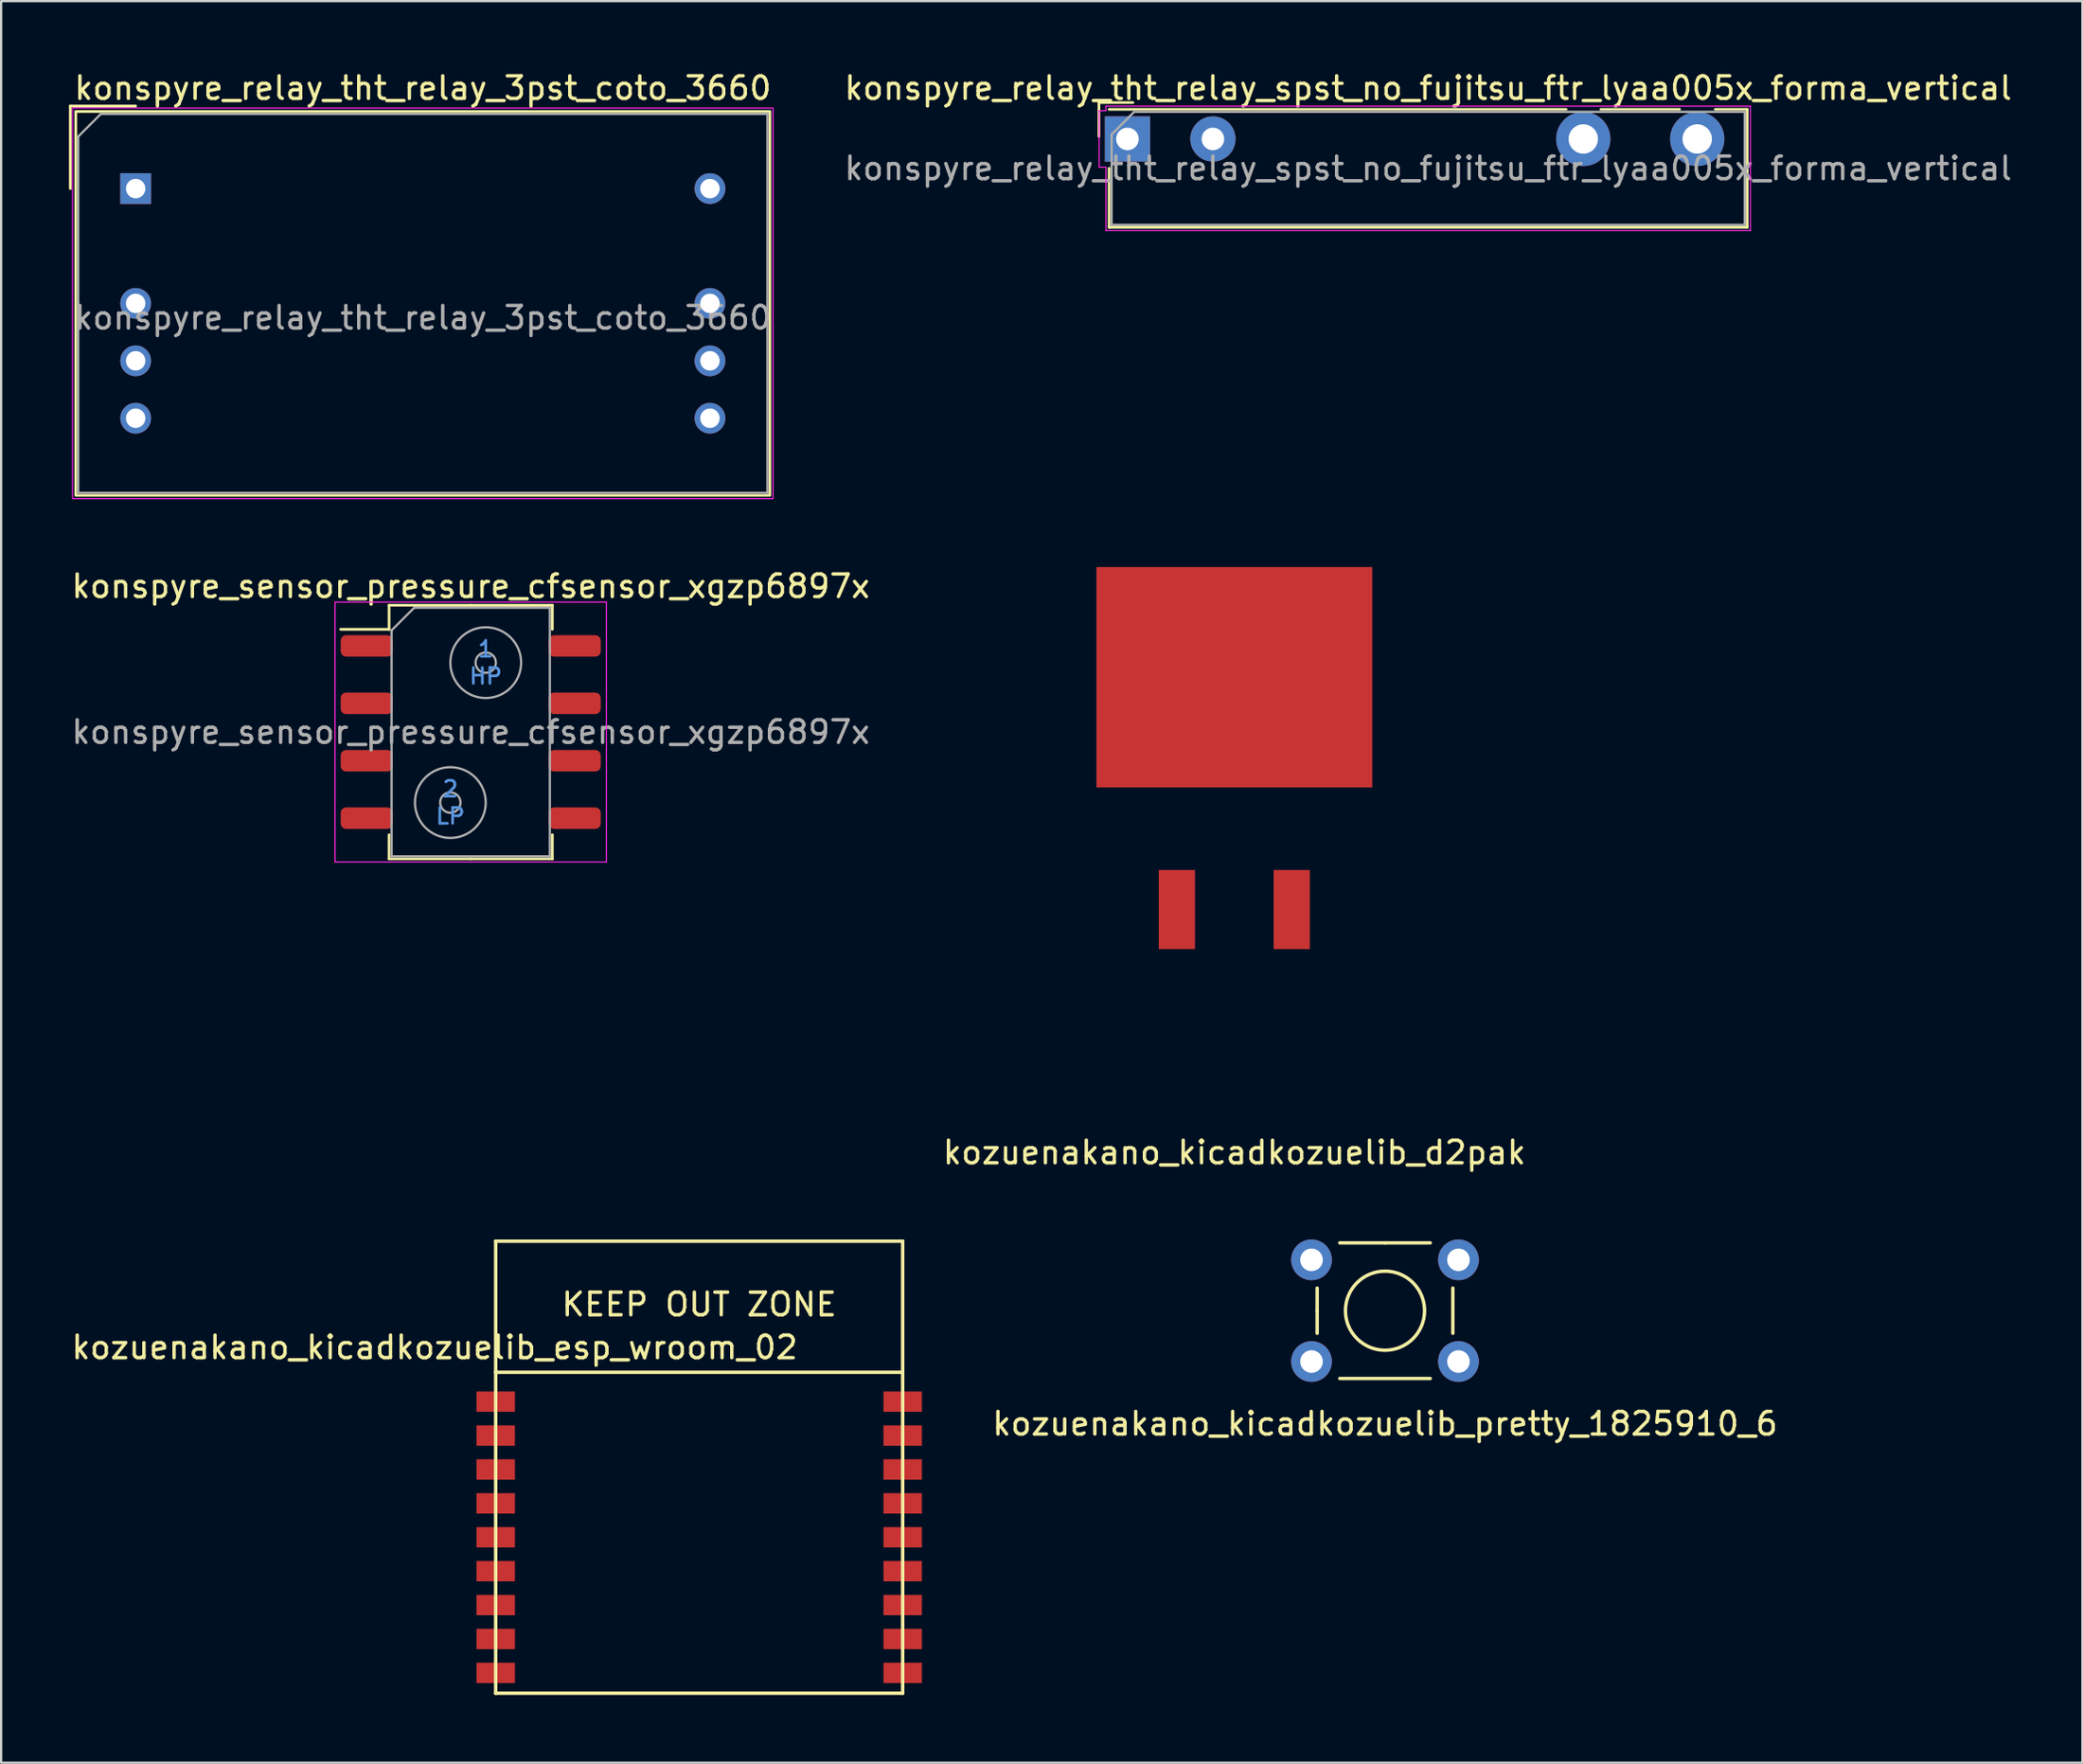
<source format=kicad_pcb>
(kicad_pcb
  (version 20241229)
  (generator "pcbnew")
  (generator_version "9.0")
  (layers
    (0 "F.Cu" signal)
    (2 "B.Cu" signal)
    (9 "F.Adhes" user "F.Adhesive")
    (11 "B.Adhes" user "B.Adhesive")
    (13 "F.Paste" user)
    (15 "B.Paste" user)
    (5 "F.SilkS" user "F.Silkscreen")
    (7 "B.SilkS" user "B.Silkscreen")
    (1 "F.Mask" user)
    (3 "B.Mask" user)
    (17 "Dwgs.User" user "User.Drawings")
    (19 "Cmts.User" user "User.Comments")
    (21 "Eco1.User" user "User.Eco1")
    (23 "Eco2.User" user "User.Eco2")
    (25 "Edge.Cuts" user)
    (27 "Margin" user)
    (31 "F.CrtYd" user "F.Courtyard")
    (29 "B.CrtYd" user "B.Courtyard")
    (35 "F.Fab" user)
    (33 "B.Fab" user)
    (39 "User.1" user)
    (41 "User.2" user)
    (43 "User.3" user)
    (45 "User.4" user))
  (footprint "kozuenakano_kicadkozuelib_pretty_1825910_6"
    (layer "F.Cu")
    (at 58.205 54.937)
    (property "Reference" "kozuenakano_kicadkozuelib_pretty_1825910_6" (at 0 5 0) (layer "F.SilkS") (effects (font (size 1 1) (thickness 0.15))))
    (attr through_hole)
    (fp_line (start -3 0) (end -3 -1) (stroke (width 0.15) (type solid)) (layer "F.SilkS"))
    (fp_line (start -3 0) (end -3 1) (stroke (width 0.15) (type solid)) (layer "F.SilkS"))
    (fp_line (start 0 -3) (end -2 -3) (stroke (width 0.15) (type solid)) (layer "F.SilkS"))
    (fp_line (start 0 -3) (end 2 -3) (stroke (width 0.15) (type solid)) (layer "F.SilkS"))
    (fp_line (start 2 3) (end -2 3) (stroke (width 0.15) (type solid)) (layer "F.SilkS"))
    (fp_line (start 3 -1) (end 3 1) (stroke (width 0.15) (type solid)) (layer "F.SilkS"))
    (fp_circle (center 0 0) (end -1.75 0) (stroke (width 0.15) (type solid)) (fill no) (layer "F.SilkS"))
    (pad "1" thru_hole circle (at -3.25 -2.25) (size 1.8 1.8) (drill 1) (layers "*.Cu" "*.Mask"))
    (pad "1" thru_hole circle (at 3.25 -2.25) (size 1.8 1.8) (drill 1) (layers "*.Cu" "*.Mask"))
    (pad "2" thru_hole circle (at -3.25 2.25) (size 1.8 1.8) (drill 1) (layers "*.Cu" "*.Mask"))
    (pad "2" thru_hole circle (at 3.25 2.25) (size 1.8 1.8) (drill 1) (layers "*.Cu" "*.Mask")))
  (footprint "kozuenakano_kicadkozuelib_d2pak"
    (layer "F.Cu")
    (at 51.542 38.938)
    (property "Reference" "kozuenakano_kicadkozuelib_d2pak" (at 0 9 0) (layer "F.SilkS") (effects (font (size 1 1) (thickness 0.15))))
    (attr through_hole)
    (pad "1" smd rect (at -2.54 -1.75) (size 1.6 3.5) (layers "F.Cu" "F.Mask" "F.Paste"))
    (pad "2" smd rect (at 0 -12.025) (size 12.2 9.75) (layers "F.Cu" "F.Mask" "F.Paste"))
    (pad "3" smd rect (at 2.54 -1.75) (size 1.6 3.5) (layers "F.Cu" "F.Mask" "F.Paste")))
  (footprint "kozuenakano_kicadkozuelib_esp_wroom_02"
    (layer "F.Cu")
    (at 27.873 61.861)
    (property "Reference" "kozuenakano_kicadkozuelib_esp_wroom_02" (at -11.7 -5.3 0) (layer "F.SilkS") (effects (font (size 1 1) (thickness 0.15))))
    (attr through_hole)
    (fp_line (start -9 -10) (end -9 -4.2) (stroke (width 0.15) (type solid)) (layer "F.SilkS"))
    (fp_line (start -9 -4.2) (end -9 10) (stroke (width 0.15) (type solid)) (layer "F.SilkS"))
    (fp_line (start -9 10) (end 9 10) (stroke (width 0.15) (type solid)) (layer "F.SilkS"))
    (fp_line (start 9 -10) (end -9 -10) (stroke (width 0.15) (type solid)) (layer "F.SilkS"))
    (fp_line (start 9 -4.2) (end -9 -4.2) (stroke (width 0.15) (type solid)) (layer "F.SilkS"))
    (fp_line (start 9 -4.2) (end 9 -10) (stroke (width 0.15) (type solid)) (layer "F.SilkS"))
    (fp_line (start 9 10) (end 9 -4.2) (stroke (width 0.15) (type solid)) (layer "F.SilkS"))
    (fp_text user "KEEP OUT ZONE" (at 0 -7.2 0) (layer "F.SilkS") (effects (font (size 1 1) (thickness 0.15))))
    (pad "1" smd rect (at -9 -2.9) (size 1.7 0.9) (layers "F.Cu" "F.Mask" "F.Paste"))
    (pad "2" smd rect (at -9 -1.4) (size 1.7 0.9) (layers "F.Cu" "F.Mask" "F.Paste"))
    (pad "3" smd rect (at -9 0.1) (size 1.7 0.9) (layers "F.Cu" "F.Mask" "F.Paste"))
    (pad "4" smd rect (at -9 1.6) (size 1.7 0.9) (layers "F.Cu" "F.Mask" "F.Paste"))
    (pad "5" smd rect (at -9 3.1) (size 1.7 0.9) (layers "F.Cu" "F.Mask" "F.Paste"))
    (pad "6" smd rect (at -9 4.6) (size 1.7 0.9) (layers "F.Cu" "F.Mask" "F.Paste"))
    (pad "7" smd rect (at -9 6.1) (size 1.7 0.9) (layers "F.Cu" "F.Mask" "F.Paste"))
    (pad "8" smd rect (at -9 7.6) (size 1.7 0.9) (layers "F.Cu" "F.Mask" "F.Paste"))
    (pad "9" smd rect (at -9 9.1) (size 1.7 0.9) (layers "F.Cu" "F.Mask" "F.Paste"))
    (pad "10" smd rect (at 9 9.1) (size 1.7 0.9) (layers "F.Cu" "F.Mask" "F.Paste"))
    (pad "11" smd rect (at 9 7.6) (size 1.7 0.9) (layers "F.Cu" "F.Mask" "F.Paste"))
    (pad "12" smd rect (at 9 6.1) (size 1.7 0.9) (layers "F.Cu" "F.Mask" "F.Paste"))
    (pad "13" smd rect (at 9 4.6) (size 1.7 0.9) (layers "F.Cu" "F.Mask" "F.Paste"))
    (pad "14" smd rect (at 9 3.1) (size 1.7 0.9) (layers "F.Cu" "F.Mask" "F.Paste"))
    (pad "15" smd rect (at 9 1.6) (size 1.7 0.9) (layers "F.Cu" "F.Mask" "F.Paste"))
    (pad "16" smd rect (at 9 0.1) (size 1.7 0.9) (layers "F.Cu" "F.Mask" "F.Paste"))
    (pad "17" smd rect (at 9 -1.4) (size 1.7 0.9) (layers "F.Cu" "F.Mask" "F.Paste"))
    (pad "18" smd rect (at 9 -2.9) (size 1.7 0.9) (layers "F.Cu" "F.Mask" "F.Paste")))
  (footprint "konspyre_relay_tht_relay_spst_no_fujitsu_ftr_lyaa005x_forma_vertical"
    (layer "F.Cu")
    (at 46.814 3.098)
    (property "Reference" "konspyre_relay_tht_relay_spst_no_fujitsu_ftr_lyaa005x_forma_vertical" (at 13.3 -2.25 0) (layer "F.SilkS") (effects (font (size 1 1) (thickness 0.15))))
    (attr through_hole)
    (fp_line (start -1.26 -1.61) (end 0.24 -1.61) (stroke (width 0.12) (type solid)) (layer "F.SilkS"))
    (fp_line (start -1.26 -0.11) (end -1.26 -1.61) (stroke (width 0.12) (type solid)) (layer "F.SilkS"))
    (fp_line (start -0.81 3.91) (end -0.81 1.3) (stroke (width 0.12) (type solid)) (layer "F.SilkS"))
    (fp_line (start -0.81 3.91) (end 27.41 3.91) (stroke (width 0.12) (type solid)) (layer "F.SilkS"))
    (fp_line (start 19.4 -1.31) (end -0.81 -1.31) (stroke (width 0.12) (type solid)) (layer "F.SilkS"))
    (fp_line (start 20.94 -1.31) (end 24.42 -1.31) (stroke (width 0.12) (type solid)) (layer "F.SilkS"))
    (fp_line (start 26 -1.31) (end 27.41 -1.31) (stroke (width 0.12) (type solid)) (layer "F.SilkS"))
    (fp_line (start 27.41 3.91) (end 27.41 -1.31) (stroke (width 0.12) (type solid)) (layer "F.SilkS"))
    (fp_line (start -1.25 -1.25) (end -0.95 -1.25) (stroke (width 0.05) (type solid)) (layer "F.CrtYd"))
    (fp_line (start -1.25 1.25) (end -1.25 -1.25) (stroke (width 0.05) (type solid)) (layer "F.CrtYd"))
    (fp_line (start -1.25 1.25) (end -0.95 1.25) (stroke (width 0.05) (type solid)) (layer "F.CrtYd"))
    (fp_line (start -0.95 -1.45) (end 27.55 -1.45) (stroke (width 0.05) (type solid)) (layer "F.CrtYd"))
    (fp_line (start -0.95 -1.25) (end -0.95 -1.45) (stroke (width 0.05) (type solid)) (layer "F.CrtYd"))
    (fp_line (start -0.95 4.05) (end -0.95 1.25) (stroke (width 0.05) (type solid)) (layer "F.CrtYd"))
    (fp_line (start 27.55 -1.45) (end 27.55 4.05) (stroke (width 0.05) (type solid)) (layer "F.CrtYd"))
    (fp_line (start 27.55 4.05) (end -0.95 4.05) (stroke (width 0.05) (type solid)) (layer "F.CrtYd"))
    (fp_line (start -0.7 -0.2) (end -0.7 3.8) (stroke (width 0.1) (type solid)) (layer "F.Fab"))
    (fp_line (start -0.7 3.8) (end 27.3 3.8) (stroke (width 0.1) (type solid)) (layer "F.Fab"))
    (fp_line (start 0.3 -1.2) (end -0.7 -0.2) (stroke (width 0.1) (type solid)) (layer "F.Fab"))
    (fp_line (start 27.3 -1.2) (end 0.3 -1.2) (stroke (width 0.1) (type solid)) (layer "F.Fab"))
    (fp_line (start 27.3 3.8) (end 27.3 -1.2) (stroke (width 0.1) (type solid)) (layer "F.Fab"))
    (fp_text user "${REFERENCE}" (at 13.3 1.3 0) (unlocked yes) (layer "F.Fab") (effects (font (size 1 1) (thickness 0.15))))
    (pad "13" thru_hole circle (at 20.16 0) (size 2.4 2.4) (drill 1.3) (layers "*.Cu" "*.Mask"))
    (pad "14" thru_hole circle (at 25.2 0) (size 2.4 2.4) (drill 1.3) (layers "*.Cu" "*.Mask"))
    (pad "A1" thru_hole rect (at 0 0) (size 2 2) (drill 1) (layers "*.Cu" "*.Mask"))
    (pad "A2" thru_hole circle (at 3.78 0) (size 2 2) (drill 1) (layers "*.Cu" "*.Mask")))
  (footprint "konspyre_sensor_pressure_cfsensor_xgzp6897x"
    (layer "F.Cu")
    (at 17.768 29.337)
    (property "Reference" "konspyre_sensor_pressure_cfsensor_xgzp6897x" (at 0 -6.45 0) (layer "F.SilkS") (effects (font (size 1 1) (thickness 0.15))))
    (attr smd)
    (fp_line (start -3.61 -5.61) (end -3.61 -4.545) (stroke (width 0.12) (type solid)) (layer "F.SilkS"))
    (fp_line (start -3.61 -4.545) (end -5.75 -4.545) (stroke (width 0.12) (type solid)) (layer "F.SilkS"))
    (fp_line (start -3.61 5.61) (end -3.61 4.545) (stroke (width 0.12) (type solid)) (layer "F.SilkS"))
    (fp_line (start 0 -5.61) (end -3.61 -5.61) (stroke (width 0.12) (type solid)) (layer "F.SilkS"))
    (fp_line (start 0 -5.61) (end 3.61 -5.61) (stroke (width 0.12) (type solid)) (layer "F.SilkS"))
    (fp_line (start 0 5.61) (end -3.61 5.61) (stroke (width 0.12) (type solid)) (layer "F.SilkS"))
    (fp_line (start 0 5.61) (end 3.61 5.61) (stroke (width 0.12) (type solid)) (layer "F.SilkS"))
    (fp_line (start 3.61 -5.61) (end 3.61 -4.545) (stroke (width 0.12) (type solid)) (layer "F.SilkS"))
    (fp_line (start 3.61 5.61) (end 3.61 4.545) (stroke (width 0.12) (type solid)) (layer "F.SilkS"))
    (fp_line (start -6 -5.75) (end -6 5.75) (stroke (width 0.05) (type solid)) (layer "F.CrtYd"))
    (fp_line (start -6 5.75) (end 6 5.75) (stroke (width 0.05) (type solid)) (layer "F.CrtYd"))
    (fp_line (start 6 -5.75) (end -6 -5.75) (stroke (width 0.05) (type solid)) (layer "F.CrtYd"))
    (fp_line (start 6 5.75) (end 6 -5.75) (stroke (width 0.05) (type solid)) (layer "F.CrtYd"))
    (fp_line (start -3.5 -4.5) (end -2.5 -5.5) (stroke (width 0.1) (type solid)) (layer "F.Fab"))
    (fp_line (start -3.5 5.5) (end -3.5 -4.5) (stroke (width 0.1) (type solid)) (layer "F.Fab"))
    (fp_line (start -2.5 -5.5) (end 3.5 -5.5) (stroke (width 0.1) (type solid)) (layer "F.Fab"))
    (fp_line (start 3.5 -5.5) (end 3.5 5.5) (stroke (width 0.1) (type solid)) (layer "F.Fab"))
    (fp_line (start 3.5 5.5) (end -3.5 5.5) (stroke (width 0.1) (type solid)) (layer "F.Fab"))
    (fp_circle (center -0.9 3.12) (end -0.45 3.12) (stroke (width 0.1) (type default)) (fill no) (layer "F.Fab"))
    (fp_circle (center -0.9 3.12) (end 0.665 3.12) (stroke (width 0.1) (type default)) (fill no) (layer "F.Fab"))
    (fp_circle (center 0.665 -3.07) (end 1.115 -3.07) (stroke (width 0.1) (type default)) (fill no) (layer "F.Fab"))
    (fp_circle (center 0.665 -3.07) (end 2.23 -3.07) (stroke (width 0.1) (type default)) (fill no) (layer "F.Fab"))
    (fp_text user "1" (at 0.665 -3.67 0) (unlocked yes) (layer "Cmts.User") (effects (font (size 0.7 0.7) (thickness 0.12) (bold yes))))
    (fp_text user "LP" (at -0.9 3.72 0) (unlocked yes) (layer "Cmts.User") (effects (font (size 0.7 0.7) (thickness 0.12) (bold yes))))
    (fp_text user "HP" (at 0.665 -2.47 0) (unlocked yes) (layer "Cmts.User") (effects (font (size 0.7 0.7) (thickness 0.12) (bold yes))))
    (fp_text user "2" (at -0.9 2.52 0) (unlocked yes) (layer "Cmts.User") (effects (font (size 0.7 0.7) (thickness 0.12) (bold yes))))
    (fp_text user "${REFERENCE}" (at 0 0 0) (layer "F.Fab") (effects (font (size 1 1) (thickness 0.15))))
    (pad "1" smd roundrect (at -4.6 -3.81) (size 2.3 0.95) (layers "F.Cu" "F.Mask" "F.Paste") (roundrect_rratio 0.25))
    (pad "2" smd roundrect (at -4.6 -1.27) (size 2.3 0.95) (layers "F.Cu" "F.Mask" "F.Paste") (roundrect_rratio 0.25))
    (pad "3" smd roundrect (at -4.6 1.27) (size 2.3 0.95) (layers "F.Cu" "F.Mask" "F.Paste") (roundrect_rratio 0.25))
    (pad "4" smd roundrect (at -4.6 3.81) (size 2.3 0.95) (layers "F.Cu" "F.Mask" "F.Paste") (roundrect_rratio 0.25))
    (pad "5" smd roundrect (at 4.6 3.81) (size 2.3 0.95) (layers "F.Cu" "F.Mask" "F.Paste") (roundrect_rratio 0.25))
    (pad "6" smd roundrect (at 4.6 1.27) (size 2.3 0.95) (layers "F.Cu" "F.Mask" "F.Paste") (roundrect_rratio 0.25))
    (pad "7" smd roundrect (at 4.6 -1.27) (size 2.3 0.95) (layers "F.Cu" "F.Mask" "F.Paste") (roundrect_rratio 0.25))
    (pad "8" smd roundrect (at 4.6 -3.81) (size 2.3 0.95) (layers "F.Cu" "F.Mask" "F.Paste") (roundrect_rratio 0.25)))
  (footprint "konspyre_relay_tht_relay_3pst_coto_3660"
    (layer "F.Cu")
    (at 2.95 5.293)
    (property "Reference" "konspyre_relay_tht_relay_3pst_coto_3660" (at 12.7 -4.445 0) (unlocked yes) (layer "F.SilkS") (effects (font (size 1 1) (thickness 0.15))))
    (attr through_hole)
    (fp_line (start -2.89 -3.652) (end 0 -3.652) (stroke (width 0.12) (type default)) (layer "F.SilkS"))
    (fp_line (start -2.89 0) (end -2.89 -3.652) (stroke (width 0.12) (type default)) (layer "F.SilkS"))
    (fp_rect (start -2.65 13.572) (end 28.05 -3.412) (stroke (width 0.12) (type default)) (fill no) (layer "F.SilkS"))
    (fp_rect (start -2.79 -3.56) (end 28.19 13.72) (stroke (width 0.05) (type default)) (fill no) (layer "F.CrtYd"))
    (fp_line (start -2.54 -2.302) (end -2.54 13.462) (stroke (width 0.1) (type default)) (layer "F.Fab"))
    (fp_line (start -2.54 13.462) (end 27.94 13.462) (stroke (width 0.1) (type default)) (layer "F.Fab"))
    (fp_line (start -1.54 -3.302) (end -2.54 -2.302) (stroke (width 0.1) (type default)) (layer "F.Fab"))
    (fp_line (start 27.94 -3.302) (end -1.54 -3.302) (stroke (width 0.1) (type default)) (layer "F.Fab"))
    (fp_line (start 27.94 13.462) (end 27.94 -3.302) (stroke (width 0.1) (type default)) (layer "F.Fab"))
    (fp_text user "${REFERENCE}" (at 12.7 5.715 0) (unlocked yes) (layer "F.Fab") (effects (font (size 1 1) (thickness 0.15))))
    (pad "13" thru_hole circle (at 0 5.08 90) (size 1.36 1.36) (drill 0.86) (layers "*.Cu" "*.Mask"))
    (pad "14" thru_hole circle (at 25.4 5.08 90) (size 1.36 1.36) (drill 0.86) (layers "*.Cu" "*.Mask"))
    (pad "23" thru_hole circle (at 0 7.62 90) (size 1.36 1.36) (drill 0.86) (layers "*.Cu" "*.Mask"))
    (pad "24" thru_hole circle (at 25.4 7.62 90) (size 1.36 1.36) (drill 0.86) (layers "*.Cu" "*.Mask"))
    (pad "33" thru_hole circle (at 0 10.16 90) (size 1.36 1.36) (drill 0.86) (layers "*.Cu" "*.Mask"))
    (pad "34" thru_hole circle (at 25.4 10.16 90) (size 1.36 1.36) (drill 0.86) (layers "*.Cu" "*.Mask"))
    (pad "A1" thru_hole rect (at 0 0 90) (size 1.36 1.36) (drill 0.86) (layers "*.Cu" "*.Mask"))
    (pad "A2" thru_hole circle (at 25.4 0 90) (size 1.36 1.36) (drill 0.86) (layers "*.Cu" "*.Mask")))
  (gr_rect
    (start -3 -3)
    (end 89.049 74.936)
    (stroke (width 0.1) (type default))
    (fill no)
    (layer "Edge.Cuts")))
</source>
